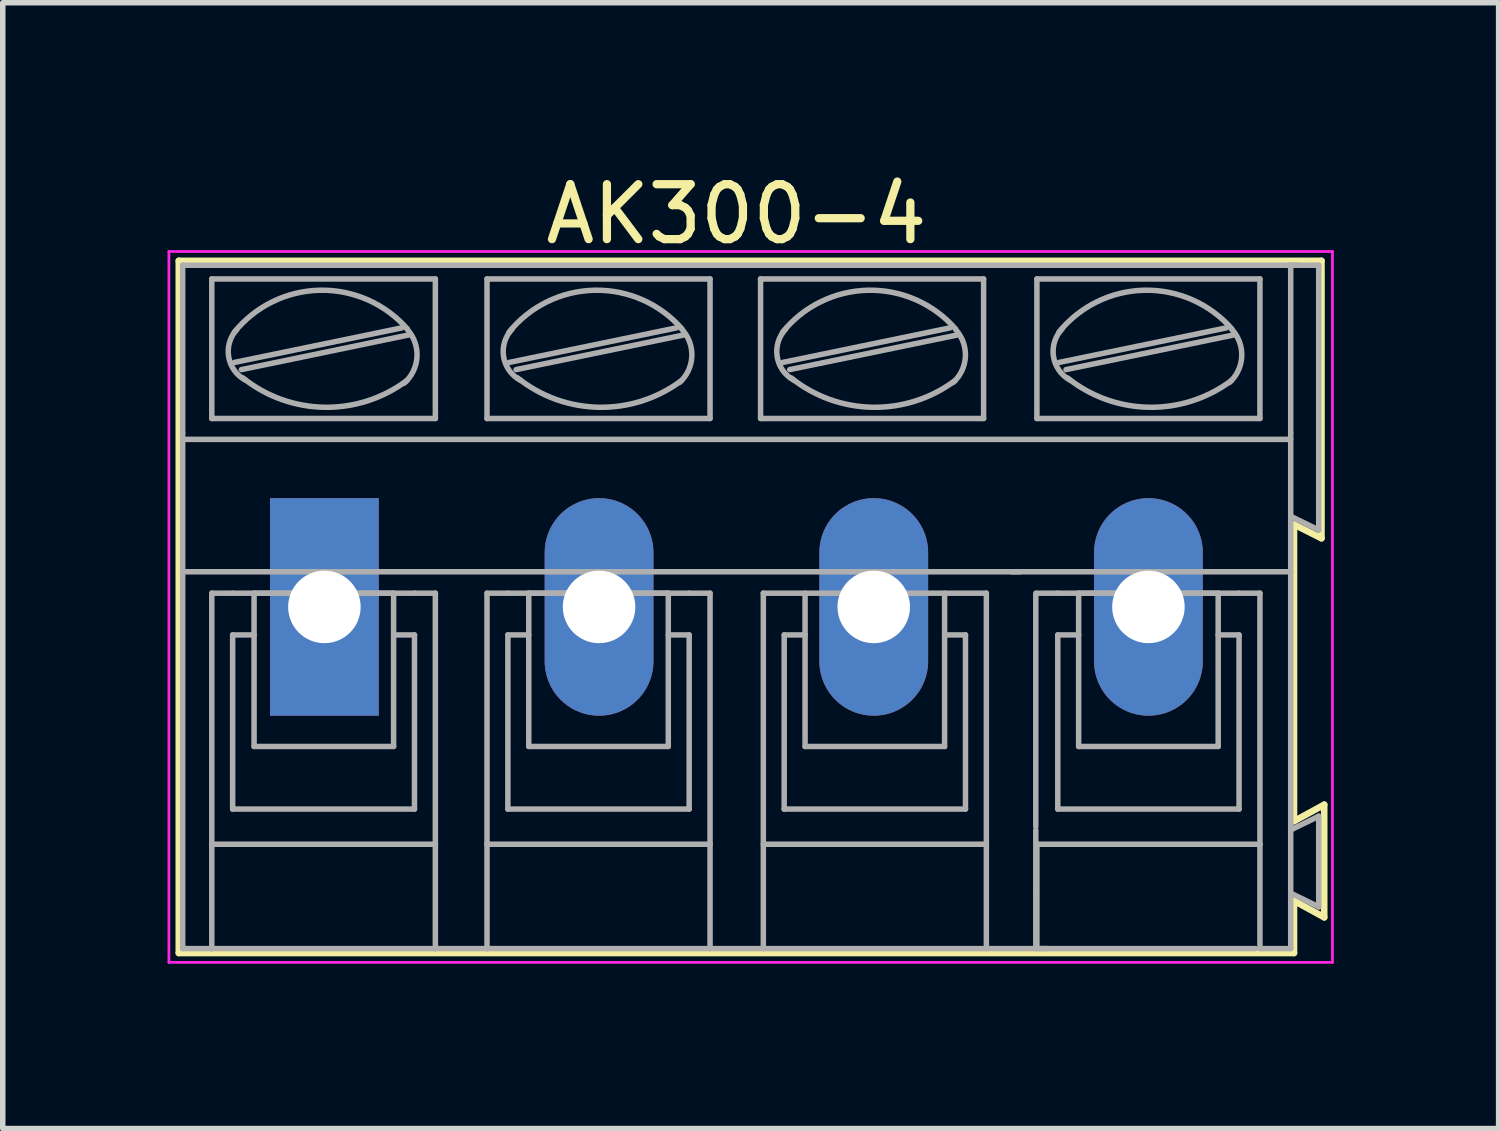
<source format=kicad_pcb>
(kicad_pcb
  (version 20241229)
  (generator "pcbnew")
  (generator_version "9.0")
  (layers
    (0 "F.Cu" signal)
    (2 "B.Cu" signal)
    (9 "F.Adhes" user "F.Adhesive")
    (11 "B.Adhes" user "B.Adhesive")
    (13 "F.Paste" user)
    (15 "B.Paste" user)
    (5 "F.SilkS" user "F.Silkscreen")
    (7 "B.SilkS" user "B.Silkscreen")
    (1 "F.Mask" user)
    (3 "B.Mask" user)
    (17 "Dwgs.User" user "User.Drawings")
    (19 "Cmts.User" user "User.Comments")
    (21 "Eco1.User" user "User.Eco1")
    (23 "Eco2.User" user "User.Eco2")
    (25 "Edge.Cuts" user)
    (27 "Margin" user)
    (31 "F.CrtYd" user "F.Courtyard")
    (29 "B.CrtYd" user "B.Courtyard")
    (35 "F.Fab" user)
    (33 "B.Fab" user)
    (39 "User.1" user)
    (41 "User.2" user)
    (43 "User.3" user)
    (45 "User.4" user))
  (footprint "AK300-4"
    (layer "F.Cu")
    (at 2.855 7.998)
    (property "Reference" "AK300-4" (at 7.5 -7.15 0) (layer "F.SilkS") (effects (font (size 1 1) (thickness 0.15))))
    (attr through_hole)
    (fp_line (start -2.65 -6.3) (end 18.15 -6.3) (stroke (width 0.12) (type solid)) (layer "F.SilkS"))
    (fp_line (start -2.65 6.3) (end -2.65 -6.3) (stroke (width 0.12) (type solid)) (layer "F.SilkS"))
    (fp_line (start 17.65 -1.5) (end 17.65 3.9) (stroke (width 0.12) (type solid)) (layer "F.SilkS"))
    (fp_line (start 17.65 3.9) (end 18.2 3.6) (stroke (width 0.12) (type solid)) (layer "F.SilkS"))
    (fp_line (start 17.65 5.35) (end 17.65 6.3) (stroke (width 0.12) (type solid)) (layer "F.SilkS"))
    (fp_line (start 17.65 6.3) (end -2.65 6.3) (stroke (width 0.12) (type solid)) (layer "F.SilkS"))
    (fp_line (start 18.15 -6.3) (end 18.15 -1.25) (stroke (width 0.12) (type solid)) (layer "F.SilkS"))
    (fp_line (start 18.15 -1.25) (end 17.65 -1.5) (stroke (width 0.12) (type solid)) (layer "F.SilkS"))
    (fp_line (start 18.2 3.6) (end 18.2 5.65) (stroke (width 0.12) (type solid)) (layer "F.SilkS"))
    (fp_line (start 18.2 5.65) (end 17.65 5.35) (stroke (width 0.12) (type solid)) (layer "F.SilkS"))
    (fp_line (start -2.83 -6.47) (end -2.83 6.47) (stroke (width 0.05) (type solid)) (layer "F.CrtYd"))
    (fp_line (start -2.83 -6.47) (end 18.35 -6.47) (stroke (width 0.05) (type solid)) (layer "F.CrtYd"))
    (fp_line (start -2.83 6.47) (end 18.35 6.47) (stroke (width 0.05) (type solid)) (layer "F.CrtYd"))
    (fp_line (start 18.35 -6.47) (end 18.35 6.47) (stroke (width 0.05) (type solid)) (layer "F.CrtYd"))
    (fp_line (start -2.58 -3.17) (end -2.58 -6.22) (stroke (width 0.1) (type solid)) (layer "F.Fab"))
    (fp_line (start -2.58 -0.64) (end -2.58 -3.17) (stroke (width 0.1) (type solid)) (layer "F.Fab"))
    (fp_line (start -2.58 6.22) (end -2.58 -0.64) (stroke (width 0.1) (type solid)) (layer "F.Fab"))
    (fp_line (start -2.58 6.22) (end -2.05 6.22) (stroke (width 0.1) (type solid)) (layer "F.Fab"))
    (fp_line (start -2.05 -3.43) (end -2.05 -5.97) (stroke (width 0.1) (type solid)) (layer "F.Fab"))
    (fp_line (start -2.05 -0.25) (end -2.05 4.32) (stroke (width 0.1) (type solid)) (layer "F.Fab"))
    (fp_line (start -2.05 -0.25) (end -1.67 -0.25) (stroke (width 0.1) (type solid)) (layer "F.Fab"))
    (fp_line (start -2.05 4.32) (end -2.05 6.22) (stroke (width 0.1) (type solid)) (layer "F.Fab"))
    (fp_line (start -2.05 6.22) (end 2.02 6.22) (stroke (width 0.1) (type solid)) (layer "F.Fab"))
    (fp_line (start -1.67 0.51) (end -1.28 0.51) (stroke (width 0.1) (type solid)) (layer "F.Fab"))
    (fp_line (start -1.67 3.68) (end -1.67 0.51) (stroke (width 0.1) (type solid)) (layer "F.Fab"))
    (fp_line (start -1.64 -4.45) (end 1.41 -5.08) (stroke (width 0.1) (type solid)) (layer "F.Fab"))
    (fp_line (start -1.51 -4.32) (end 1.53 -4.95) (stroke (width 0.1) (type solid)) (layer "F.Fab"))
    (fp_line (start -1.28 -0.25) (end 1.26 -0.25) (stroke (width 0.1) (type solid)) (layer "F.Fab"))
    (fp_line (start -1.28 2.54) (end -1.28 -0.25) (stroke (width 0.1) (type solid)) (layer "F.Fab"))
    (fp_line (start -1.28 2.54) (end 1.26 2.54) (stroke (width 0.1) (type solid)) (layer "F.Fab"))
    (fp_line (start 1.26 2.54) (end 1.26 -0.25) (stroke (width 0.1) (type solid)) (layer "F.Fab"))
    (fp_line (start 1.64 -0.25) (end -1.67 -0.25) (stroke (width 0.1) (type solid)) (layer "F.Fab"))
    (fp_line (start 1.64 0.51) (end 1.26 0.51) (stroke (width 0.1) (type solid)) (layer "F.Fab"))
    (fp_line (start 1.64 3.68) (end -1.67 3.68) (stroke (width 0.1) (type solid)) (layer "F.Fab"))
    (fp_line (start 1.64 3.68) (end 1.64 0.51) (stroke (width 0.1) (type solid)) (layer "F.Fab"))
    (fp_line (start 2.02 -5.97) (end -2.05 -5.97) (stroke (width 0.1) (type solid)) (layer "F.Fab"))
    (fp_line (start 2.02 -3.43) (end -2.05 -3.43) (stroke (width 0.1) (type solid)) (layer "F.Fab"))
    (fp_line (start 2.02 -3.43) (end 2.02 -5.97) (stroke (width 0.1) (type solid)) (layer "F.Fab"))
    (fp_line (start 2.02 -0.25) (end 1.64 -0.25) (stroke (width 0.1) (type solid)) (layer "F.Fab"))
    (fp_line (start 2.02 4.32) (end -2.05 4.32) (stroke (width 0.1) (type solid)) (layer "F.Fab"))
    (fp_line (start 2.02 4.32) (end 2.02 -0.25) (stroke (width 0.1) (type solid)) (layer "F.Fab"))
    (fp_line (start 2.02 6.22) (end 2.02 4.32) (stroke (width 0.1) (type solid)) (layer "F.Fab"))
    (fp_line (start 2.02 6.22) (end 2.96 6.22) (stroke (width 0.1) (type solid)) (layer "F.Fab"))
    (fp_line (start 2.96 -5.97) (end 7.02 -5.97) (stroke (width 0.1) (type solid)) (layer "F.Fab"))
    (fp_line (start 2.96 -3.43) (end 2.96 -5.97) (stroke (width 0.1) (type solid)) (layer "F.Fab"))
    (fp_line (start 2.96 -0.25) (end 3.34 -0.25) (stroke (width 0.1) (type solid)) (layer "F.Fab"))
    (fp_line (start 2.96 4.32) (end 2.96 -0.25) (stroke (width 0.1) (type solid)) (layer "F.Fab"))
    (fp_line (start 2.96 4.32) (end 7.02 4.32) (stroke (width 0.1) (type solid)) (layer "F.Fab"))
    (fp_line (start 2.96 6.22) (end 2.96 4.32) (stroke (width 0.1) (type solid)) (layer "F.Fab"))
    (fp_line (start 2.96 6.22) (end 7.02 6.22) (stroke (width 0.1) (type solid)) (layer "F.Fab"))
    (fp_line (start 3.34 -0.25) (end 6.64 -0.25) (stroke (width 0.1) (type solid)) (layer "F.Fab"))
    (fp_line (start 3.34 0.51) (end 3.72 0.51) (stroke (width 0.1) (type solid)) (layer "F.Fab"))
    (fp_line (start 3.34 3.68) (end 3.34 0.51) (stroke (width 0.1) (type solid)) (layer "F.Fab"))
    (fp_line (start 3.36 -4.45) (end 6.41 -5.08) (stroke (width 0.1) (type solid)) (layer "F.Fab"))
    (fp_line (start 3.49 -4.32) (end 6.54 -4.95) (stroke (width 0.1) (type solid)) (layer "F.Fab"))
    (fp_line (start 3.72 -0.25) (end 6.26 -0.25) (stroke (width 0.1) (type solid)) (layer "F.Fab"))
    (fp_line (start 3.72 2.54) (end 3.72 -0.25) (stroke (width 0.1) (type solid)) (layer "F.Fab"))
    (fp_line (start 3.72 2.54) (end 6.26 2.54) (stroke (width 0.1) (type solid)) (layer "F.Fab"))
    (fp_line (start 6.26 2.54) (end 6.26 -0.25) (stroke (width 0.1) (type solid)) (layer "F.Fab"))
    (fp_line (start 6.64 0.51) (end 6.26 0.51) (stroke (width 0.1) (type solid)) (layer "F.Fab"))
    (fp_line (start 6.64 3.68) (end 3.34 3.68) (stroke (width 0.1) (type solid)) (layer "F.Fab"))
    (fp_line (start 6.64 3.68) (end 6.64 0.51) (stroke (width 0.1) (type solid)) (layer "F.Fab"))
    (fp_line (start 7.02 -5.97) (end 7.02 -3.43) (stroke (width 0.1) (type solid)) (layer "F.Fab"))
    (fp_line (start 7.02 -3.43) (end 2.96 -3.43) (stroke (width 0.1) (type solid)) (layer "F.Fab"))
    (fp_line (start 7.02 -0.25) (end 6.64 -0.25) (stroke (width 0.1) (type solid)) (layer "F.Fab"))
    (fp_line (start 7.02 -0.25) (end 7.02 4.32) (stroke (width 0.1) (type solid)) (layer "F.Fab"))
    (fp_line (start 7.02 4.32) (end 7.02 6.22) (stroke (width 0.1) (type solid)) (layer "F.Fab"))
    (fp_line (start 7.94 -5.97) (end 12 -5.97) (stroke (width 0.1) (type solid)) (layer "F.Fab"))
    (fp_line (start 7.94 -3.43) (end 7.94 -5.97) (stroke (width 0.1) (type solid)) (layer "F.Fab"))
    (fp_line (start 7.99 -0.25) (end 12.05 -0.25) (stroke (width 0.1) (type solid)) (layer "F.Fab"))
    (fp_line (start 7.99 4.32) (end 12.05 4.32) (stroke (width 0.1) (type solid)) (layer "F.Fab"))
    (fp_line (start 7.99 6.22) (end 7.99 -0.25) (stroke (width 0.1) (type solid)) (layer "F.Fab"))
    (fp_line (start 8.34 -4.45) (end 11.39 -5.08) (stroke (width 0.1) (type solid)) (layer "F.Fab"))
    (fp_line (start 8.37 0.51) (end 8.37 3.68) (stroke (width 0.1) (type solid)) (layer "F.Fab"))
    (fp_line (start 8.37 0.51) (end 8.75 0.51) (stroke (width 0.1) (type solid)) (layer "F.Fab"))
    (fp_line (start 8.37 3.68) (end 11.67 3.68) (stroke (width 0.1) (type solid)) (layer "F.Fab"))
    (fp_line (start 8.47 -4.32) (end 11.52 -4.95) (stroke (width 0.1) (type solid)) (layer "F.Fab"))
    (fp_line (start 8.75 -0.25) (end 8.75 2.54) (stroke (width 0.1) (type solid)) (layer "F.Fab"))
    (fp_line (start 8.75 2.54) (end 11.29 2.54) (stroke (width 0.1) (type solid)) (layer "F.Fab"))
    (fp_line (start 11.29 2.54) (end 11.29 -0.25) (stroke (width 0.1) (type solid)) (layer "F.Fab"))
    (fp_line (start 11.67 0.51) (end 11.29 0.51) (stroke (width 0.1) (type solid)) (layer "F.Fab"))
    (fp_line (start 11.67 3.68) (end 11.67 0.51) (stroke (width 0.1) (type solid)) (layer "F.Fab"))
    (fp_line (start 12 -5.97) (end 12 -3.43) (stroke (width 0.1) (type solid)) (layer "F.Fab"))
    (fp_line (start 12 -3.43) (end 7.94 -3.43) (stroke (width 0.1) (type solid)) (layer "F.Fab"))
    (fp_line (start 12.05 6.22) (end 12.05 -0.25) (stroke (width 0.1) (type solid)) (layer "F.Fab"))
    (fp_line (start 12.51 -0.64) (end 17.59 -0.64) (stroke (width 0.1) (type solid)) (layer "F.Fab"))
    (fp_line (start 12.66 -0.64) (end -2.52 -0.64) (stroke (width 0.1) (type solid)) (layer "F.Fab"))
    (fp_line (start 12.95 4) (end 12.95 -0.25) (stroke (width 0.1) (type solid)) (layer "F.Fab"))
    (fp_line (start 12.95 4.06) (end 12.95 5.21) (stroke (width 0.1) (type solid)) (layer "F.Fab"))
    (fp_line (start 12.95 5.21) (end 12.95 6.22) (stroke (width 0.1) (type solid)) (layer "F.Fab"))
    (fp_line (start 12.97 -5.97) (end 17.03 -5.97) (stroke (width 0.1) (type solid)) (layer "F.Fab"))
    (fp_line (start 12.97 -3.43) (end 12.97 -5.97) (stroke (width 0.1) (type solid)) (layer "F.Fab"))
    (fp_line (start 12.97 -0.25) (end 13.35 -0.25) (stroke (width 0.1) (type solid)) (layer "F.Fab"))
    (fp_line (start 12.97 4.32) (end 17.03 4.32) (stroke (width 0.1) (type solid)) (layer "F.Fab"))
    (fp_line (start 12.97 6.22) (end 12.97 4.32) (stroke (width 0.1) (type solid)) (layer "F.Fab"))
    (fp_line (start 13.17 6.22) (end 7.07 6.22) (stroke (width 0.1) (type solid)) (layer "F.Fab"))
    (fp_line (start 13.35 -0.25) (end 16.65 -0.25) (stroke (width 0.1) (type solid)) (layer "F.Fab"))
    (fp_line (start 13.35 0.51) (end 13.73 0.51) (stroke (width 0.1) (type solid)) (layer "F.Fab"))
    (fp_line (start 13.35 3.68) (end 13.35 0.51) (stroke (width 0.1) (type solid)) (layer "F.Fab"))
    (fp_line (start 13.37 -4.45) (end 16.42 -5.08) (stroke (width 0.1) (type solid)) (layer "F.Fab"))
    (fp_line (start 13.5 -4.32) (end 16.55 -4.95) (stroke (width 0.1) (type solid)) (layer "F.Fab"))
    (fp_line (start 13.73 -0.25) (end 16.27 -0.25) (stroke (width 0.1) (type solid)) (layer "F.Fab"))
    (fp_line (start 13.73 2.54) (end 13.73 -0.25) (stroke (width 0.1) (type solid)) (layer "F.Fab"))
    (fp_line (start 13.73 2.54) (end 16.27 2.54) (stroke (width 0.1) (type solid)) (layer "F.Fab"))
    (fp_line (start 16.27 2.54) (end 16.27 -0.25) (stroke (width 0.1) (type solid)) (layer "F.Fab"))
    (fp_line (start 16.65 0.51) (end 16.27 0.51) (stroke (width 0.1) (type solid)) (layer "F.Fab"))
    (fp_line (start 16.65 3.68) (end 13.35 3.68) (stroke (width 0.1) (type solid)) (layer "F.Fab"))
    (fp_line (start 16.65 3.68) (end 16.65 0.51) (stroke (width 0.1) (type solid)) (layer "F.Fab"))
    (fp_line (start 16.95 6.22) (end 13.02 6.22) (stroke (width 0.1) (type solid)) (layer "F.Fab"))
    (fp_line (start 17.03 -5.97) (end 17.03 -3.43) (stroke (width 0.1) (type solid)) (layer "F.Fab"))
    (fp_line (start 17.03 -3.43) (end 12.97 -3.43) (stroke (width 0.1) (type solid)) (layer "F.Fab"))
    (fp_line (start 17.03 -0.25) (end 16.65 -0.25) (stroke (width 0.1) (type solid)) (layer "F.Fab"))
    (fp_line (start 17.03 -0.25) (end 17.03 4.32) (stroke (width 0.1) (type solid)) (layer "F.Fab"))
    (fp_line (start 17.03 4.32) (end 17.03 6.22) (stroke (width 0.1) (type solid)) (layer "F.Fab"))
    (fp_line (start 17.03 6.22) (end 17.59 6.22) (stroke (width 0.1) (type solid)) (layer "F.Fab"))
    (fp_line (start 17.59 -6.22) (end 17.59 -3.17) (stroke (width 0.1) (type solid)) (layer "F.Fab"))
    (fp_line (start 17.59 -6.22) (end 18.1 -6.22) (stroke (width 0.1) (type solid)) (layer "F.Fab"))
    (fp_line (start 17.59 -3.17) (end 17.59 -1.65) (stroke (width 0.1) (type solid)) (layer "F.Fab"))
    (fp_line (start 17.59 -3.05) (end -2.58 -3.05) (stroke (width 0.1) (type solid)) (layer "F.Fab"))
    (fp_line (start 17.59 -1.65) (end 17.59 -0.64) (stroke (width 0.1) (type solid)) (layer "F.Fab"))
    (fp_line (start 17.59 -0.64) (end 17.59 4.06) (stroke (width 0.1) (type solid)) (layer "F.Fab"))
    (fp_line (start 17.59 4.06) (end 17.59 5.21) (stroke (width 0.1) (type solid)) (layer "F.Fab"))
    (fp_line (start 17.59 5.21) (end 17.59 6.22) (stroke (width 0.1) (type solid)) (layer "F.Fab"))
    (fp_line (start 17.74 -6.22) (end -2.58 -6.22) (stroke (width 0.1) (type solid)) (layer "F.Fab"))
    (fp_line (start 18.1 -6.22) (end 18.1 -1.4) (stroke (width 0.1) (type solid)) (layer "F.Fab"))
    (fp_line (start 18.1 -1.4) (end 17.59 -1.65) (stroke (width 0.1) (type solid)) (layer "F.Fab"))
    (fp_line (start 18.1 3.81) (end 17.59 4.06) (stroke (width 0.1) (type solid)) (layer "F.Fab"))
    (fp_line (start 18.1 3.81) (end 18.1 5.46) (stroke (width 0.1) (type solid)) (layer "F.Fab"))
    (fp_line (start 18.1 5.46) (end 17.59 5.21) (stroke (width 0.1) (type solid)) (layer "F.Fab"))
    (fp_arc (start -1.64 -5) (mid -0.080263 -5.764867) (end 1.508239 -5.061686) (stroke (width 0.1) (type solid)) (layer "F.Fab"))
    (fp_arc (start -1.44 -4.13) (mid -1.742324 -4.551515) (end -1.595426 -5.049005) (stroke (width 0.1) (type solid)) (layer "F.Fab"))
    (fp_arc (start 1.5 -4.12) (mid 0.000583 -3.634318) (end -1.482333 -4.168263) (stroke (width 0.1) (type solid)) (layer "F.Fab"))
    (fp_arc (start 1.51 -5.05) (mid 1.685733 -4.551652) (end 1.455532 -4.076005) (stroke (width 0.1) (type solid)) (layer "F.Fab"))
    (fp_arc (start 3.36 -5) (mid 4.919737 -5.764867) (end 6.508239 -5.061686) (stroke (width 0.1) (type solid)) (layer "F.Fab"))
    (fp_arc (start 3.56 -4.13) (mid 3.261534 -4.559406) (end 3.417028 -5.058699) (stroke (width 0.1) (type solid)) (layer "F.Fab"))
    (fp_arc (start 6.5 -4.12) (mid 5.000583 -3.634318) (end 3.517667 -4.168263) (stroke (width 0.1) (type solid)) (layer "F.Fab"))
    (fp_arc (start 6.51 -5.05) (mid 6.688693 -4.558754) (end 6.465619 -4.086005) (stroke (width 0.1) (type solid)) (layer "F.Fab"))
    (fp_arc (start 8.34 -5) (mid 9.899737 -5.764867) (end 11.488239 -5.061686) (stroke (width 0.1) (type solid)) (layer "F.Fab"))
    (fp_arc (start 8.54 -4.13) (mid 8.241534 -4.559406) (end 8.397028 -5.058699) (stroke (width 0.1) (type solid)) (layer "F.Fab"))
    (fp_arc (start 11.48 -4.12) (mid 9.980583 -3.634318) (end 8.497667 -4.168263) (stroke (width 0.1) (type solid)) (layer "F.Fab"))
    (fp_arc (start 11.49 -5.05) (mid 11.668693 -4.558754) (end 11.445619 -4.086005) (stroke (width 0.1) (type solid)) (layer "F.Fab"))
    (fp_arc (start 13.37 -5) (mid 14.929737 -5.764867) (end 16.518239 -5.061686) (stroke (width 0.1) (type solid)) (layer "F.Fab"))
    (fp_arc (start 13.57 -4.13) (mid 13.271534 -4.559406) (end 13.427028 -5.058699) (stroke (width 0.1) (type solid)) (layer "F.Fab"))
    (fp_arc (start 16.51 -4.12) (mid 15.010583 -3.634318) (end 13.527667 -4.168263) (stroke (width 0.1) (type solid)) (layer "F.Fab"))
    (fp_arc (start 16.52 -5.05) (mid 16.698693 -4.558754) (end 16.475619 -4.086005) (stroke (width 0.1) (type solid)) (layer "F.Fab"))
    (pad "1" thru_hole rect (at 0 0) (size 1.98 3.96) (drill 1.32) (layers "*.Cu" "F.Mask" "F.Paste"))
    (pad "2" thru_hole oval (at 5 0) (size 1.98 3.96) (drill 1.32) (layers "*.Cu" "F.Mask" "F.Paste"))
    (pad "3" thru_hole oval (at 10 0) (size 1.98 3.96) (drill 1.32) (layers "*.Cu" "*.Mask"))
    (pad "4" thru_hole oval (at 15 0) (size 1.98 3.96) (drill 1.32) (layers "*.Cu" "F.Mask" "F.Paste")))
  (gr_rect
    (start -3 -3)
    (end 24.23 17.493)
    (stroke (width 0.1) (type default))
    (fill no)
    (layer "Edge.Cuts")))
</source>
